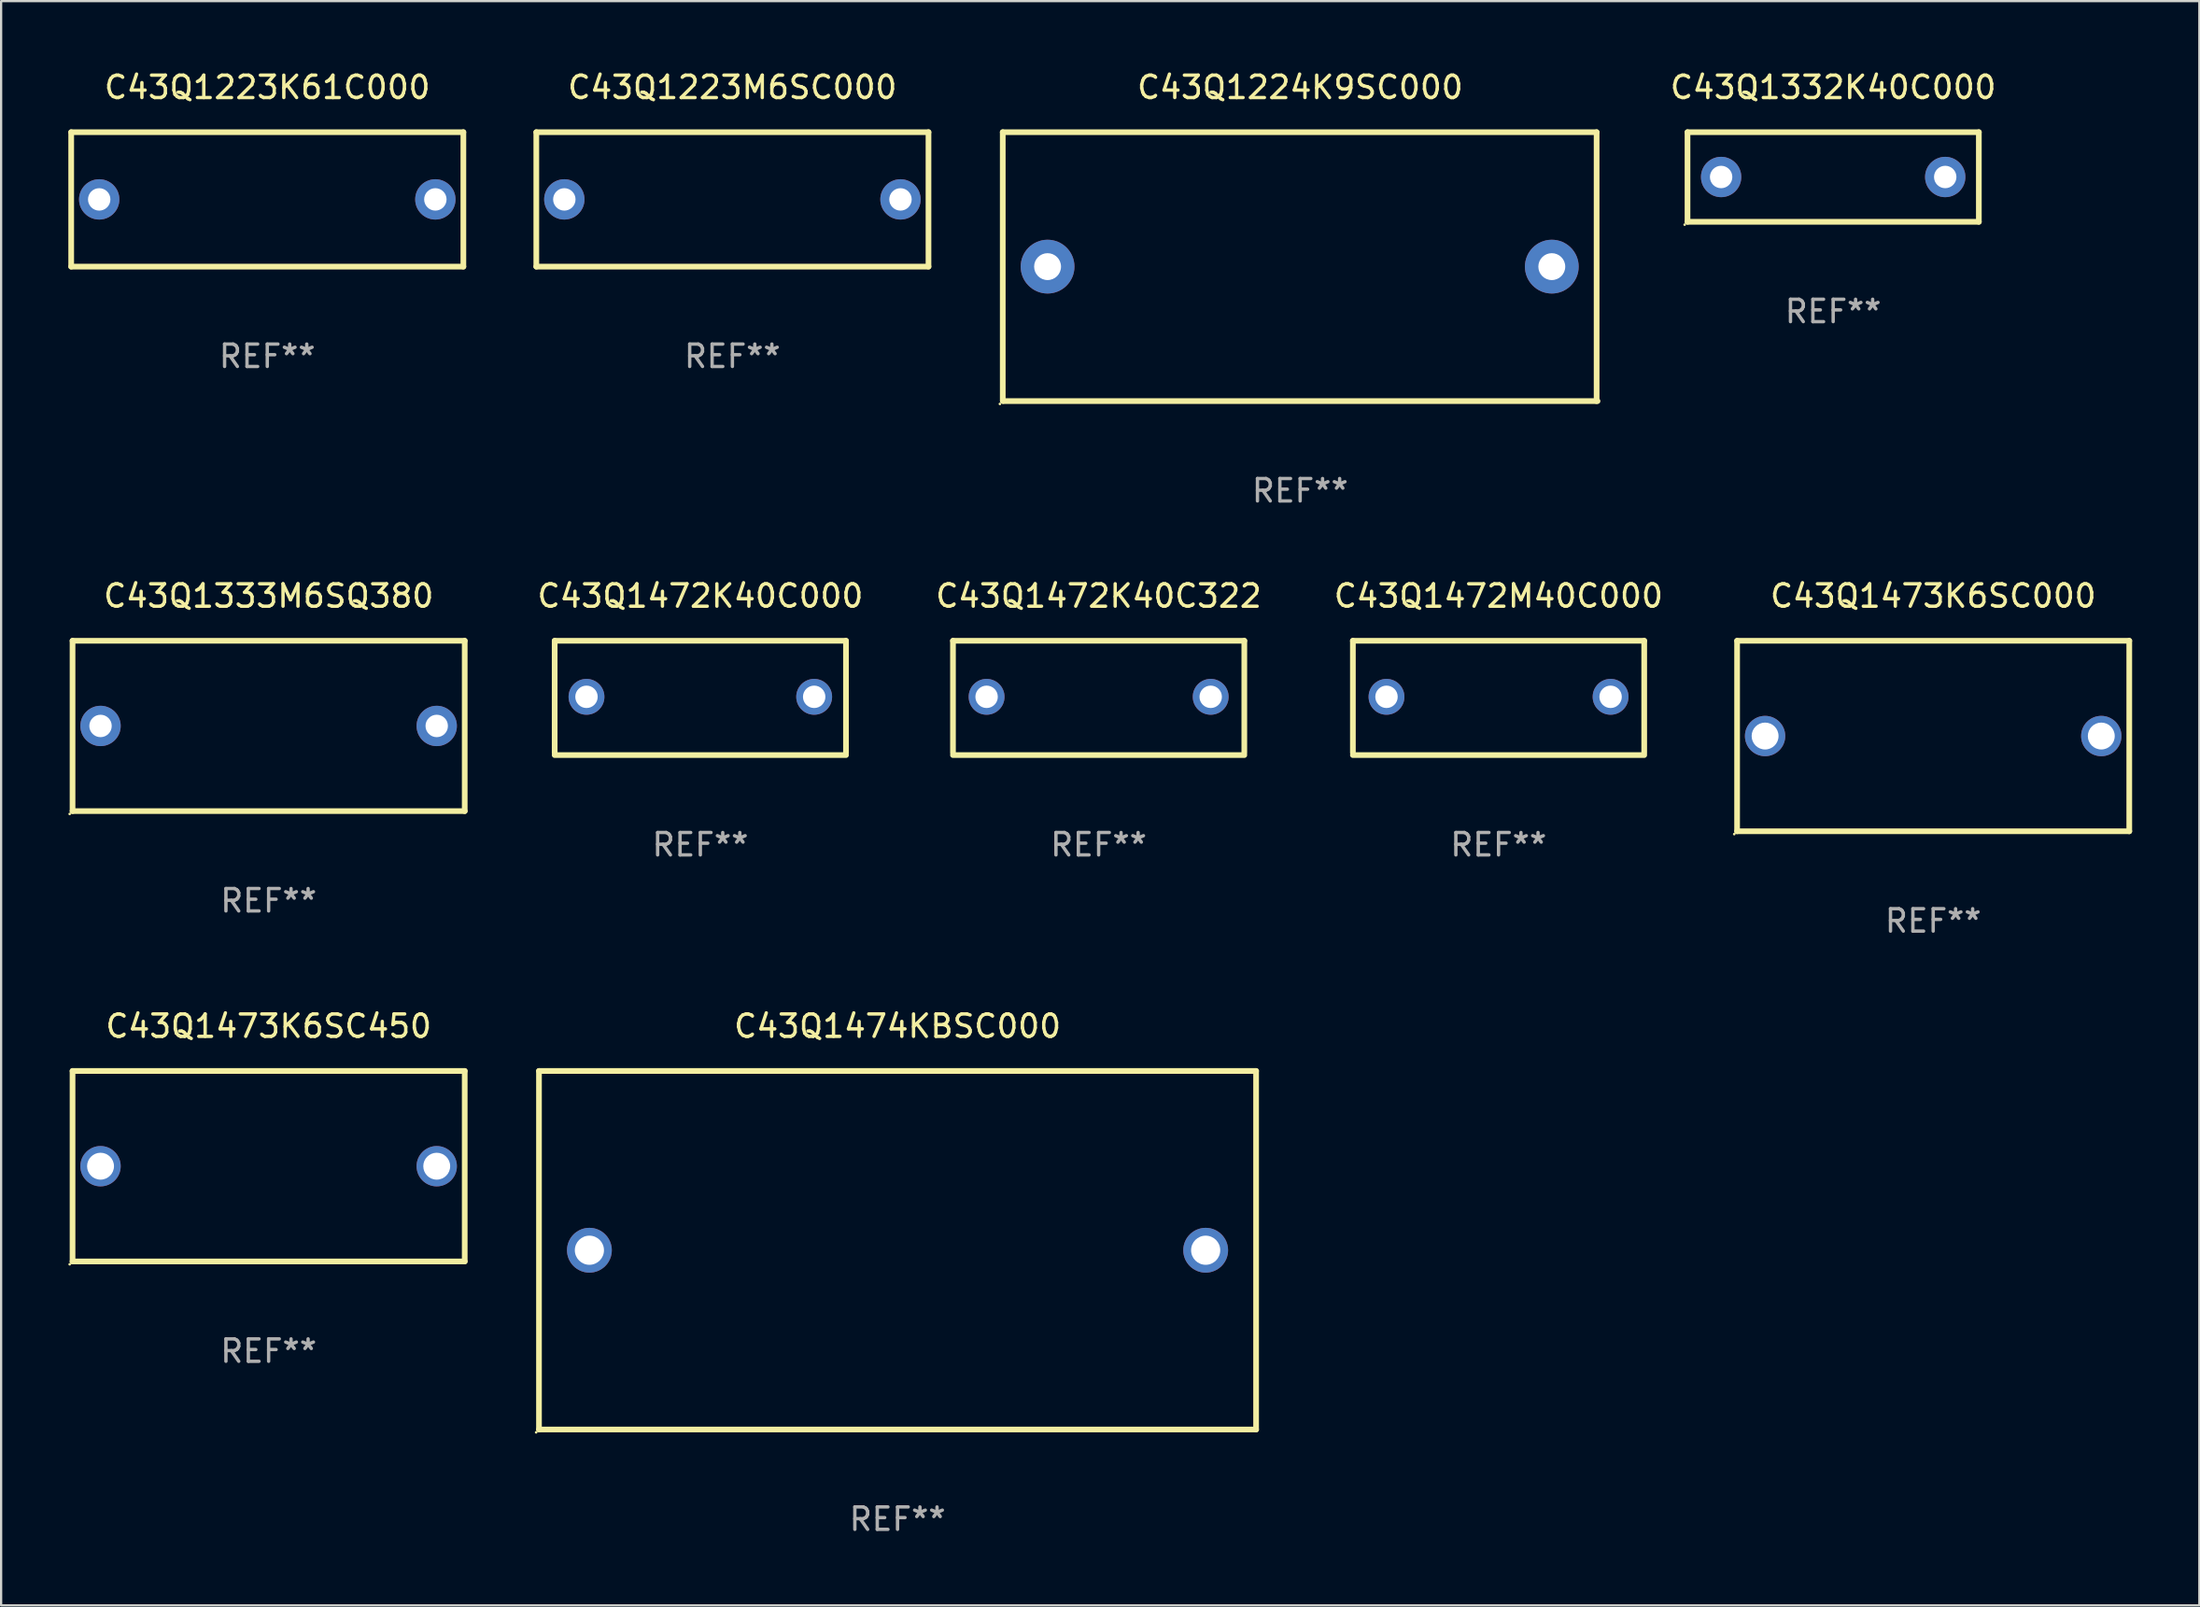
<source format=kicad_pcb>
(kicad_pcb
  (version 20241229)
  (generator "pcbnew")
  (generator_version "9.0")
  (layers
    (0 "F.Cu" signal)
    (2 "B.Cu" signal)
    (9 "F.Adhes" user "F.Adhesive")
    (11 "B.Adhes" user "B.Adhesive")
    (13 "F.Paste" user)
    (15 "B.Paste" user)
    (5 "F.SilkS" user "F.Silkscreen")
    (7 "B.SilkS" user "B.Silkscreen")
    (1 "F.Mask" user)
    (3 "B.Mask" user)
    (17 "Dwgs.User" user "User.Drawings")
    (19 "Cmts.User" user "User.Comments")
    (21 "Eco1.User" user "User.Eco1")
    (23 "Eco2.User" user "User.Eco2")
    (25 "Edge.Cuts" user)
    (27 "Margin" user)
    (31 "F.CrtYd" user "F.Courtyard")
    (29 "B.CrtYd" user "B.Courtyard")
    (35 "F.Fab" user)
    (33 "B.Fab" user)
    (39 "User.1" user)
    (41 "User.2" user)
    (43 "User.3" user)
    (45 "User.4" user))
  (footprint "C43Q1223K61C000"
    (layer "F.Cu")
    (at 8.877 5.848)
    (property "Reference" "C43Q1223K61C000" (at 0 -5 0) (layer "F.SilkS") (effects (font (size 1 1) (thickness 0.15))))
    (attr through_hole)
    (fp_line (start -8.75 -3) (end 8.75 -3) (stroke (width 0.254) (type solid)) (layer "F.SilkS"))
    (fp_line (start -8.75 3) (end -8.75 -3) (stroke (width 0.254) (type solid)) (layer "F.SilkS"))
    (fp_line (start 8.75 -3) (end 8.75 3) (stroke (width 0.254) (type solid)) (layer "F.SilkS"))
    (fp_line (start 8.75 3) (end -8.75 3) (stroke (width 0.254) (type solid)) (layer "F.SilkS"))
    (fp_circle (center -8.75 3) (end -8.72 3) (stroke (width 0.06) (type solid)) (fill no) (layer "F.SilkS"))
    (fp_text user "REF**" (at 0 7 0) (layer "F.Fab") (effects (font (size 1 1) (thickness 0.15))))
    (pad "1" thru_hole circle (at -7.5 0) (size 1.8 1.8) (drill 1) (layers "*.Cu" "*.Mask"))
    (pad "2" thru_hole circle (at 7.5 0) (size 1.8 1.8) (drill 1) (layers "*.Cu" "*.Mask")))
  (footprint "C43Q1474KBSC000"
    (layer "F.Cu")
    (at 37.001 52.741)
    (property "Reference" "C43Q1474KBSC000" (at 0 -10 0) (layer "F.SilkS") (effects (font (size 1 1) (thickness 0.15))))
    (attr through_hole)
    (fp_line (start -16 -8) (end 16 -8) (stroke (width 0.254) (type solid)) (layer "F.SilkS"))
    (fp_line (start -16 8) (end -16 -8) (stroke (width 0.254) (type solid)) (layer "F.SilkS"))
    (fp_line (start -16 8) (end 16 8) (stroke (width 0.254) (type solid)) (layer "F.SilkS"))
    (fp_line (start 16 -8) (end 16 8) (stroke (width 0.254) (type solid)) (layer "F.SilkS"))
    (fp_circle (center -16.127 8.127) (end -16.097 8.127) (stroke (width 0.06) (type solid)) (fill no) (layer "F.SilkS"))
    (fp_text user "REF**" (at 0 12 0) (layer "F.Fab") (effects (font (size 1 1) (thickness 0.15))))
    (pad "1" thru_hole circle (at -13.75 0) (size 2 2) (drill 1.3) (layers "*.Cu" "*.Mask"))
    (pad "2" thru_hole circle (at 13.75 0) (size 2 2) (drill 1.3) (layers "*.Cu" "*.Mask")))
  (footprint "C43Q1472M40C000"
    (layer "F.Cu")
    (at 63.82 28.095)
    (property "Reference" "C43Q1472M40C000" (at 0 -4.55 0) (layer "F.SilkS") (effects (font (size 1 1) (thickness 0.15))))
    (attr through_hole)
    (fp_line (start -6.5 -2.55) (end 6.5 -2.55) (stroke (width 0.254) (type solid)) (layer "F.SilkS"))
    (fp_line (start -6.5 2.45) (end -6.5 -2.55) (stroke (width 0.254) (type solid)) (layer "F.SilkS"))
    (fp_line (start 6.5 -2.55) (end 6.5 2.45) (stroke (width 0.254) (type solid)) (layer "F.SilkS"))
    (fp_line (start 6.5 2.55) (end -6.5 2.55) (stroke (width 0.254) (type solid)) (layer "F.SilkS"))
    (fp_circle (center -6.5 2.45) (end -6.47 2.45) (stroke (width 0.06) (type solid)) (fill no) (layer "F.SilkS"))
    (fp_text user "REF**" (at 0 6.55 0) (layer "F.Fab") (effects (font (size 1 1) (thickness 0.15))))
    (pad "1" thru_hole circle (at -5 -0.05) (size 1.6 1.6) (drill 1) (layers "*.Cu" "*.Mask"))
    (pad "2" thru_hole circle (at 5 -0.05) (size 1.6 1.6) (drill 1) (layers "*.Cu" "*.Mask")))
  (footprint "C43Q1473K6SC000"
    (layer "F.Cu")
    (at 83.215 29.795)
    (property "Reference" "C43Q1473K6SC000" (at 0 -6.25 0) (layer "F.SilkS") (effects (font (size 1 1) (thickness 0.15))))
    (attr through_hole)
    (fp_line (start -8.75 -4.25) (end 8.75 -4.25) (stroke (width 0.254) (type solid)) (layer "F.SilkS"))
    (fp_line (start -8.75 4.25) (end -8.75 -4.25) (stroke (width 0.254) (type solid)) (layer "F.SilkS"))
    (fp_line (start 8.75 -4.25) (end 8.75 4.25) (stroke (width 0.254) (type solid)) (layer "F.SilkS"))
    (fp_line (start 8.75 4.25) (end -8.75 4.25) (stroke (width 0.254) (type solid)) (layer "F.SilkS"))
    (fp_circle (center -8.877 4.377) (end -8.847 4.377) (stroke (width 0.06) (type solid)) (fill no) (layer "F.SilkS"))
    (fp_text user "REF**" (at 0 8.25 0) (layer "F.Fab") (effects (font (size 1 1) (thickness 0.15))))
    (pad "1" thru_hole circle (at -7.501 -0.000025) (size 1.8 1.8) (drill 1.2) (layers "*.Cu" "*.Mask"))
    (pad "2" thru_hole circle (at 7.501 -0.000025) (size 1.8 1.8) (drill 1.2) (layers "*.Cu" "*.Mask")))
  (footprint "C43Q1224K9SC000"
    (layer "F.Cu")
    (at 54.967 8.848)
    (property "Reference" "C43Q1224K9SC000" (at 0 -8 0) (layer "F.SilkS") (effects (font (size 1 1) (thickness 0.15))))
    (attr through_hole)
    (fp_line (start -13.271 -6) (end 13.229 -6) (stroke (width 0.254) (type solid)) (layer "F.SilkS"))
    (fp_line (start -13.271 6) (end -13.271 -6) (stroke (width 0.254) (type solid)) (layer "F.SilkS"))
    (fp_line (start 13.229 -6) (end 13.229 6) (stroke (width 0.254) (type solid)) (layer "F.SilkS"))
    (fp_line (start 13.271 6) (end -13.229 6) (stroke (width 0.254) (type solid)) (layer "F.SilkS"))
    (fp_circle (center -13.398 6.127) (end -13.368 6.127) (stroke (width 0.06) (type solid)) (fill no) (layer "F.SilkS"))
    (fp_text user "REF**" (at 0 10 0) (layer "F.Fab") (effects (font (size 1 1) (thickness 0.15))))
    (pad "1" thru_hole circle (at -11.271 0) (size 2.4 2.4) (drill 1.2) (layers "*.Cu" "*.Mask"))
    (pad "2" thru_hole circle (at 11.229 0) (size 2.4 2.4) (drill 1.2) (layers "*.Cu" "*.Mask")))
  (footprint "C43Q1332K40C000"
    (layer "F.Cu")
    (at 78.752 4.848)
    (property "Reference" "C43Q1332K40C000" (at 0 -4 0) (layer "F.SilkS") (effects (font (size 1 1) (thickness 0.15))))
    (attr through_hole)
    (fp_line (start -6.5 -2) (end 6.5 -2) (stroke (width 0.254) (type solid)) (layer "F.SilkS"))
    (fp_line (start -6.5 2) (end -6.5 -2) (stroke (width 0.254) (type solid)) (layer "F.SilkS"))
    (fp_line (start 6.5 -2) (end 6.5 2) (stroke (width 0.254) (type solid)) (layer "F.SilkS"))
    (fp_line (start 6.5 2) (end -6.5 2) (stroke (width 0.254) (type solid)) (layer "F.SilkS"))
    (fp_circle (center -6.627 2.127) (end -6.597 2.127) (stroke (width 0.06) (type solid)) (fill no) (layer "F.SilkS"))
    (fp_text user "REF**" (at 0 6 0) (layer "F.Fab") (effects (font (size 1 1) (thickness 0.15))))
    (pad "1" thru_hole circle (at -5 0) (size 1.8 1.8) (drill 1) (layers "*.Cu" "*.Mask"))
    (pad "2" thru_hole circle (at 5 0) (size 1.8 1.8) (drill 1) (layers "*.Cu" "*.Mask")))
  (footprint "C43Q1472K40C322"
    (layer "F.Cu")
    (at 45.975 28.095)
    (property "Reference" "C43Q1472K40C322" (at 0 -4.55 0) (layer "F.SilkS") (effects (font (size 1 1) (thickness 0.15))))
    (attr through_hole)
    (fp_line (start -6.5 -2.55) (end 6.5 -2.55) (stroke (width 0.254) (type solid)) (layer "F.SilkS"))
    (fp_line (start -6.5 2.45) (end -6.5 -2.55) (stroke (width 0.254) (type solid)) (layer "F.SilkS"))
    (fp_line (start 6.5 -2.55) (end 6.5 2.45) (stroke (width 0.254) (type solid)) (layer "F.SilkS"))
    (fp_line (start 6.5 2.55) (end -6.5 2.55) (stroke (width 0.254) (type solid)) (layer "F.SilkS"))
    (fp_circle (center -6.5 2.45) (end -6.47 2.45) (stroke (width 0.06) (type solid)) (fill no) (layer "F.SilkS"))
    (fp_text user "REF**" (at 0 6.55 0) (layer "F.Fab") (effects (font (size 1 1) (thickness 0.15))))
    (pad "1" thru_hole circle (at -5 -0.05) (size 1.6 1.6) (drill 1) (layers "*.Cu" "*.Mask"))
    (pad "2" thru_hole circle (at 5 -0.05) (size 1.6 1.6) (drill 1) (layers "*.Cu" "*.Mask")))
  (footprint "C43Q1223M6SC000"
    (layer "F.Cu")
    (at 29.632 5.848)
    (property "Reference" "C43Q1223M6SC000" (at 0 -5 0) (layer "F.SilkS") (effects (font (size 1 1) (thickness 0.15))))
    (attr through_hole)
    (fp_line (start -8.75 -3) (end 8.75 -3) (stroke (width 0.254) (type solid)) (layer "F.SilkS"))
    (fp_line (start -8.75 3) (end -8.75 -3) (stroke (width 0.254) (type solid)) (layer "F.SilkS"))
    (fp_line (start 8.75 -3) (end 8.75 3) (stroke (width 0.254) (type solid)) (layer "F.SilkS"))
    (fp_line (start 8.75 3) (end -8.75 3) (stroke (width 0.254) (type solid)) (layer "F.SilkS"))
    (fp_circle (center -8.75 3) (end -8.72 3) (stroke (width 0.06) (type solid)) (fill no) (layer "F.SilkS"))
    (fp_text user "REF**" (at 0 7 0) (layer "F.Fab") (effects (font (size 1 1) (thickness 0.15))))
    (pad "1" thru_hole circle (at -7.5 0) (size 1.8 1.8) (drill 1) (layers "*.Cu" "*.Mask"))
    (pad "2" thru_hole circle (at 7.5 0) (size 1.8 1.8) (drill 1) (layers "*.Cu" "*.Mask")))
  (footprint "C43Q1333M6SQ380"
    (layer "F.Cu")
    (at 8.937 29.345)
    (property "Reference" "C43Q1333M6SQ380" (at 0 -5.8 0) (layer "F.SilkS") (effects (font (size 1 1) (thickness 0.15))))
    (attr through_hole)
    (fp_line (start -8.75 -3.8) (end 8.75 -3.8) (stroke (width 0.254) (type solid)) (layer "F.SilkS"))
    (fp_line (start -8.75 3.8) (end -8.75 -3.8) (stroke (width 0.254) (type solid)) (layer "F.SilkS"))
    (fp_line (start 8.75 -3.8) (end 8.75 3.8) (stroke (width 0.254) (type solid)) (layer "F.SilkS"))
    (fp_line (start 8.75 3.8) (end -8.75 3.8) (stroke (width 0.254) (type solid)) (layer "F.SilkS"))
    (fp_circle (center -8.877 3.927) (end -8.847 3.927) (stroke (width 0.06) (type solid)) (fill no) (layer "F.SilkS"))
    (fp_text user "REF**" (at 0 7.8 0) (layer "F.Fab") (effects (font (size 1 1) (thickness 0.15))))
    (pad "1" thru_hole circle (at -7.501 0) (size 1.8 1.8) (drill 1) (layers "*.Cu" "*.Mask"))
    (pad "2" thru_hole circle (at 7.501 0) (size 1.8 1.8) (drill 1) (layers "*.Cu" "*.Mask")))
  (footprint "C43Q1473K6SC450"
    (layer "F.Cu")
    (at 8.937 48.991)
    (property "Reference" "C43Q1473K6SC450" (at 0 -6.25 0) (layer "F.SilkS") (effects (font (size 1 1) (thickness 0.15))))
    (attr through_hole)
    (fp_line (start -8.75 -4.25) (end 8.75 -4.25) (stroke (width 0.254) (type solid)) (layer "F.SilkS"))
    (fp_line (start -8.75 4.25) (end -8.75 -4.25) (stroke (width 0.254) (type solid)) (layer "F.SilkS"))
    (fp_line (start 8.75 -4.25) (end 8.75 4.25) (stroke (width 0.254) (type solid)) (layer "F.SilkS"))
    (fp_line (start 8.75 4.25) (end -8.75 4.25) (stroke (width 0.254) (type solid)) (layer "F.SilkS"))
    (fp_circle (center -8.877 4.377) (end -8.847 4.377) (stroke (width 0.06) (type solid)) (fill no) (layer "F.SilkS"))
    (fp_text user "REF**" (at 0 8.25 0) (layer "F.Fab") (effects (font (size 1 1) (thickness 0.15))))
    (pad "1" thru_hole circle (at -7.501 -0.000025) (size 1.8 1.8) (drill 1.2) (layers "*.Cu" "*.Mask"))
    (pad "2" thru_hole circle (at 7.501 -0.000025) (size 1.8 1.8) (drill 1.2) (layers "*.Cu" "*.Mask")))
  (footprint "C43Q1472K40C000"
    (layer "F.Cu")
    (at 28.201 28.095)
    (property "Reference" "C43Q1472K40C000" (at 0 -4.55 0) (layer "F.SilkS") (effects (font (size 1 1) (thickness 0.15))))
    (attr through_hole)
    (fp_line (start -6.5 -2.55) (end 6.5 -2.55) (stroke (width 0.254) (type solid)) (layer "F.SilkS"))
    (fp_line (start -6.5 2.45) (end -6.5 -2.55) (stroke (width 0.254) (type solid)) (layer "F.SilkS"))
    (fp_line (start 6.5 -2.55) (end 6.5 2.45) (stroke (width 0.254) (type solid)) (layer "F.SilkS"))
    (fp_line (start 6.5 2.55) (end -6.5 2.55) (stroke (width 0.254) (type solid)) (layer "F.SilkS"))
    (fp_circle (center -6.5 2.45) (end -6.47 2.45) (stroke (width 0.06) (type solid)) (fill no) (layer "F.SilkS"))
    (fp_text user "REF**" (at 0 6.55 0) (layer "F.Fab") (effects (font (size 1 1) (thickness 0.15))))
    (pad "1" thru_hole circle (at -5.08 -0.05) (size 1.6 1.6) (drill 1) (layers "*.Cu" "*.Mask"))
    (pad "2" thru_hole circle (at 5.08 -0.05) (size 1.6 1.6) (drill 1) (layers "*.Cu" "*.Mask")))
  (gr_rect
    (start -3 -3)
    (end 95.092 68.59)
    (stroke (width 0.1) (type default))
    (fill no)
    (layer "Edge.Cuts")))
</source>
